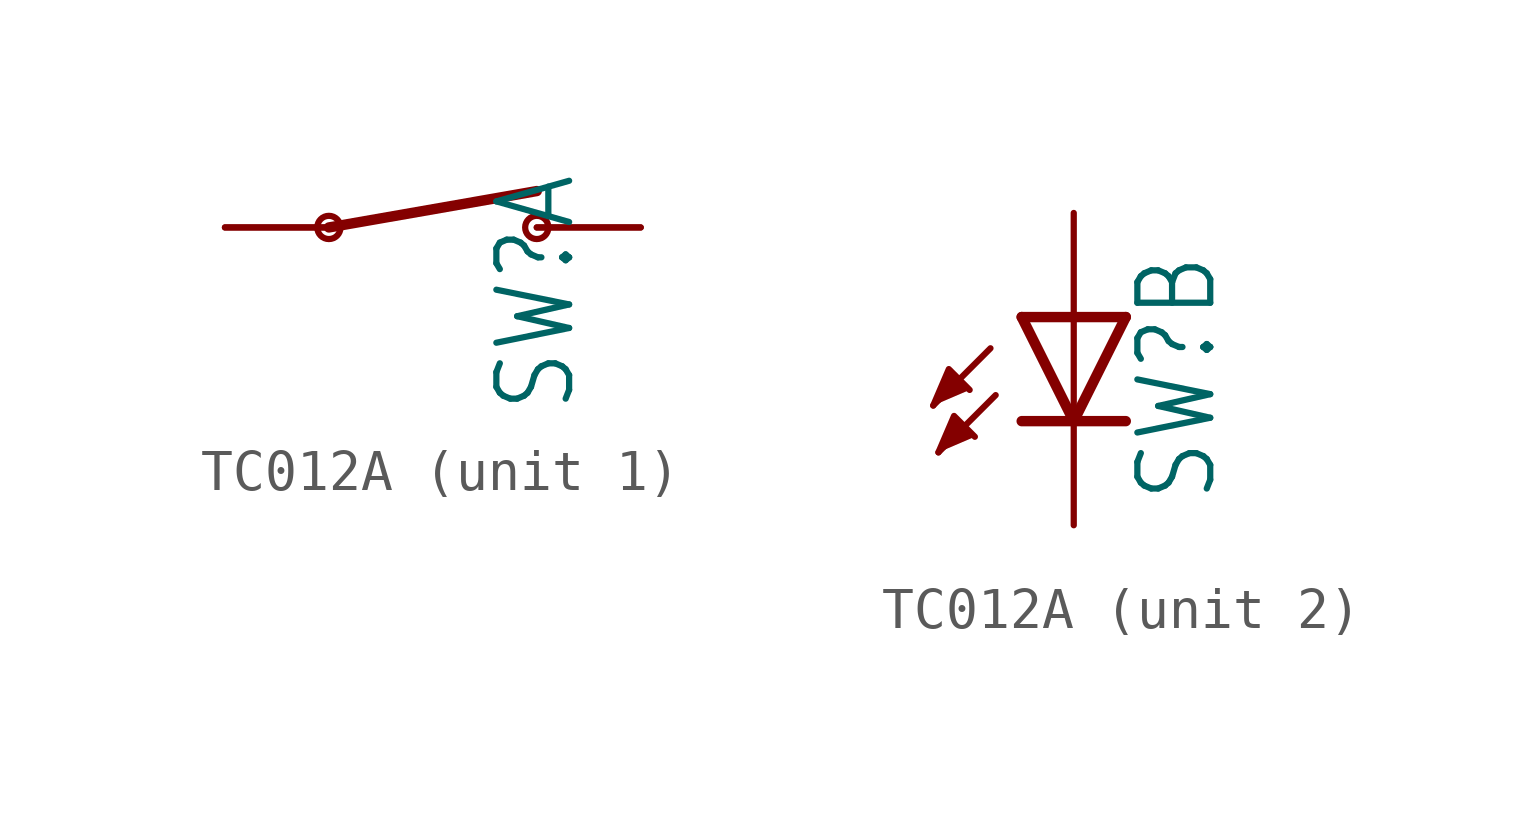
<source format=kicad_sym>
(kicad_symbol_lib
  (version 20231120)
  (generator "kicad_symbol_editor")
  (generator_version "8.0")
  (symbol "TC012A"
    (property "Reference" "SW"
      (at 3.556 -4.572 90)
      (effects (font (size 1.778 1.511)) (justify left bottom)))
    (property "Value" ""
      (at 5.715 -4.572 90)
      (effects (font (size 1.778 1.511)) (justify left bottom)))
    (property "ki_locked" ""
      (at 0 0 0)
      (effects (font (size 1.27 1.27))))
    (symbol "TC012A_1_0"
      (circle (center -2.54 0) (radius 0.284) (stroke (width 0) (type solid)) (fill (type none)))
      (polyline (pts (xy -2.54 0) (xy 2.54 0.889)) (stroke (width 0.254) (type solid)) (fill (type none)))
      (circle (center 2.54 0) (radius 0.284) (stroke (width 0) (type solid)) (fill (type none)))
      (pin passive line (at -5.08 0 0) (length 2.54) (name "1" (effects (font (size 0 0)))) (number "1" (effects (font (size 0 0)))))
      (pin passive line (at -5.08 0 0) (length 2.54) (name "1" (effects (font (size 0 0)))) (number "2" (effects (font (size 0 0)))))
      (pin passive line (at 5.08 0 180) (length 2.54) (name "2" (effects (font (size 0 0)))) (number "3" (effects (font (size 0 0)))))
      (pin passive line (at 5.08 0 180) (length 2.54) (name "2" (effects (font (size 0 0)))) (number "4" (effects (font (size 0 0))))))
    (symbol "TC012A_2_0"
      (polyline (pts (xy -2.032 -0.762) (xy -3.429 -2.159)) (stroke (width 0.152) (type solid)) (fill (type none)))
      (polyline (pts (xy -1.905 -1.905) (xy -3.302 -3.302)) (stroke (width 0.152) (type solid)) (fill (type none)))
      (polyline (pts (xy 0 -2.54) (xy -1.27 -2.54)) (stroke (width 0.254) (type solid)) (fill (type none)))
      (polyline (pts (xy 0 -2.54) (xy -1.27 0)) (stroke (width 0.254) (type solid)) (fill (type none)))
      (polyline (pts (xy 0 0) (xy -1.27 0)) (stroke (width 0.254) (type solid)) (fill (type none)))
      (polyline (pts (xy 0 0) (xy 0 -2.54)) (stroke (width 0.152) (type solid)) (fill (type none)))
      (polyline (pts (xy 1.27 -2.54) (xy 0 -2.54)) (stroke (width 0.254) (type solid)) (fill (type none)))
      (polyline (pts (xy 1.27 0) (xy 0 -2.54)) (stroke (width 0.254) (type solid)) (fill (type none)))
      (polyline (pts (xy 1.27 0) (xy 0 0)) (stroke (width 0.254) (type solid)) (fill (type none)))
      (polyline (pts (xy -3.429 -2.159) (xy -3.048 -1.27) (xy -2.54 -1.778)) (stroke (width 0.152) (type solid)) (fill (type outline)))
      (polyline (pts (xy -3.302 -3.302) (xy -2.921 -2.413) (xy -2.413 -2.921)) (stroke (width 0.152) (type solid)) (fill (type outline)))
      (pin passive line (at 0 2.54 270) (length 2.54) (name "A" (effects (font (size 0 0)))) (number "5" (effects (font (size 0 0)))))
      (pin passive line (at 0 -5.08 90) (length 2.54) (name "C" (effects (font (size 0 0)))) (number "6" (effects (font (size 0 0))))))))
</source>
